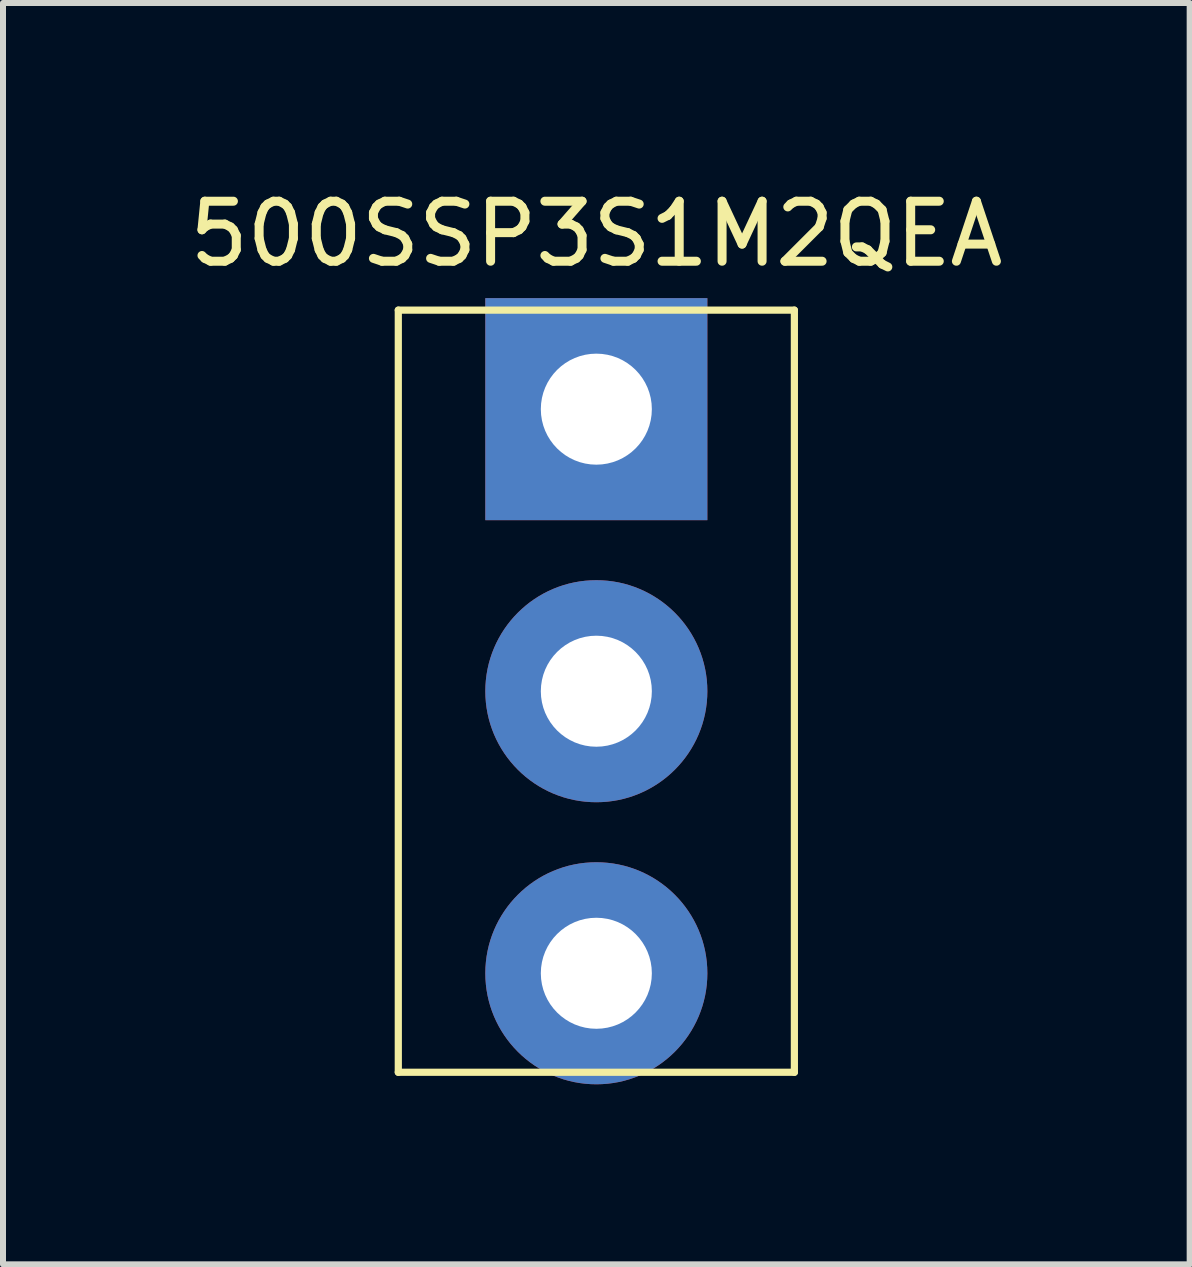
<source format=kicad_pcb>
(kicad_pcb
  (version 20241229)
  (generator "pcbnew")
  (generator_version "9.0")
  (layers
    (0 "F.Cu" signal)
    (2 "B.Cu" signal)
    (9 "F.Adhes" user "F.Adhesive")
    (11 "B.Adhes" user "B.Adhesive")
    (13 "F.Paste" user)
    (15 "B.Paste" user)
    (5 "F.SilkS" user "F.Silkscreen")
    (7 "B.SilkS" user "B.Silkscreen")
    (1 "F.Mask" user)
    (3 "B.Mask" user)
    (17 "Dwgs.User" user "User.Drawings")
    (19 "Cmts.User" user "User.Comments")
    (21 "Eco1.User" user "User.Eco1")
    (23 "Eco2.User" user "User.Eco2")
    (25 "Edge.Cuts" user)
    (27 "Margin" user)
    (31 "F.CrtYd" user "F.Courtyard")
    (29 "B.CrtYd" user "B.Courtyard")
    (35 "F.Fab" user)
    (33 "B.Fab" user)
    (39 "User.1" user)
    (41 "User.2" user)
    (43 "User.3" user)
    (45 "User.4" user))
  (footprint "500SSP3S1M2QEA"
    (layer "F.Cu")
    (at 6.887 8.468)
    (property "Reference" "500SSP3S1M2QEA" (at 0 -7.62 0) (layer "F.SilkS") (effects (font (size 1 1) (thickness 0.15))))
    (attr through_hole)
    (fp_line (start -3.3 -6.35) (end -3.3 6.35) (stroke (width 0.12) (type solid)) (layer "F.SilkS"))
    (fp_line (start -3.3 -6.35) (end 3.3 -6.35) (stroke (width 0.12) (type solid)) (layer "F.SilkS"))
    (fp_line (start -3.3 6.35) (end 3.3 6.35) (stroke (width 0.12) (type solid)) (layer "F.SilkS"))
    (fp_line (start 3.3 -6.35) (end 3.3 6.35) (stroke (width 0.12) (type solid)) (layer "F.SilkS"))
    (pad "1" thru_hole rect (at 0 -4.7) (size 3.7 3.7) (drill 1.85) (layers "*.Cu" "*.Mask"))
    (pad "2" thru_hole circle (at 0 0) (size 3.7 3.7) (drill 1.85) (layers "*.Cu" "*.Mask"))
    (pad "3" thru_hole circle (at 0 4.7) (size 3.7 3.7) (drill 1.85) (layers "*.Cu" "*.Mask")))
  (gr_rect
    (start -3 -3)
    (end 16.774 18.018)
    (stroke (width 0.1) (type default))
    (fill no)
    (layer "Edge.Cuts")))
</source>
